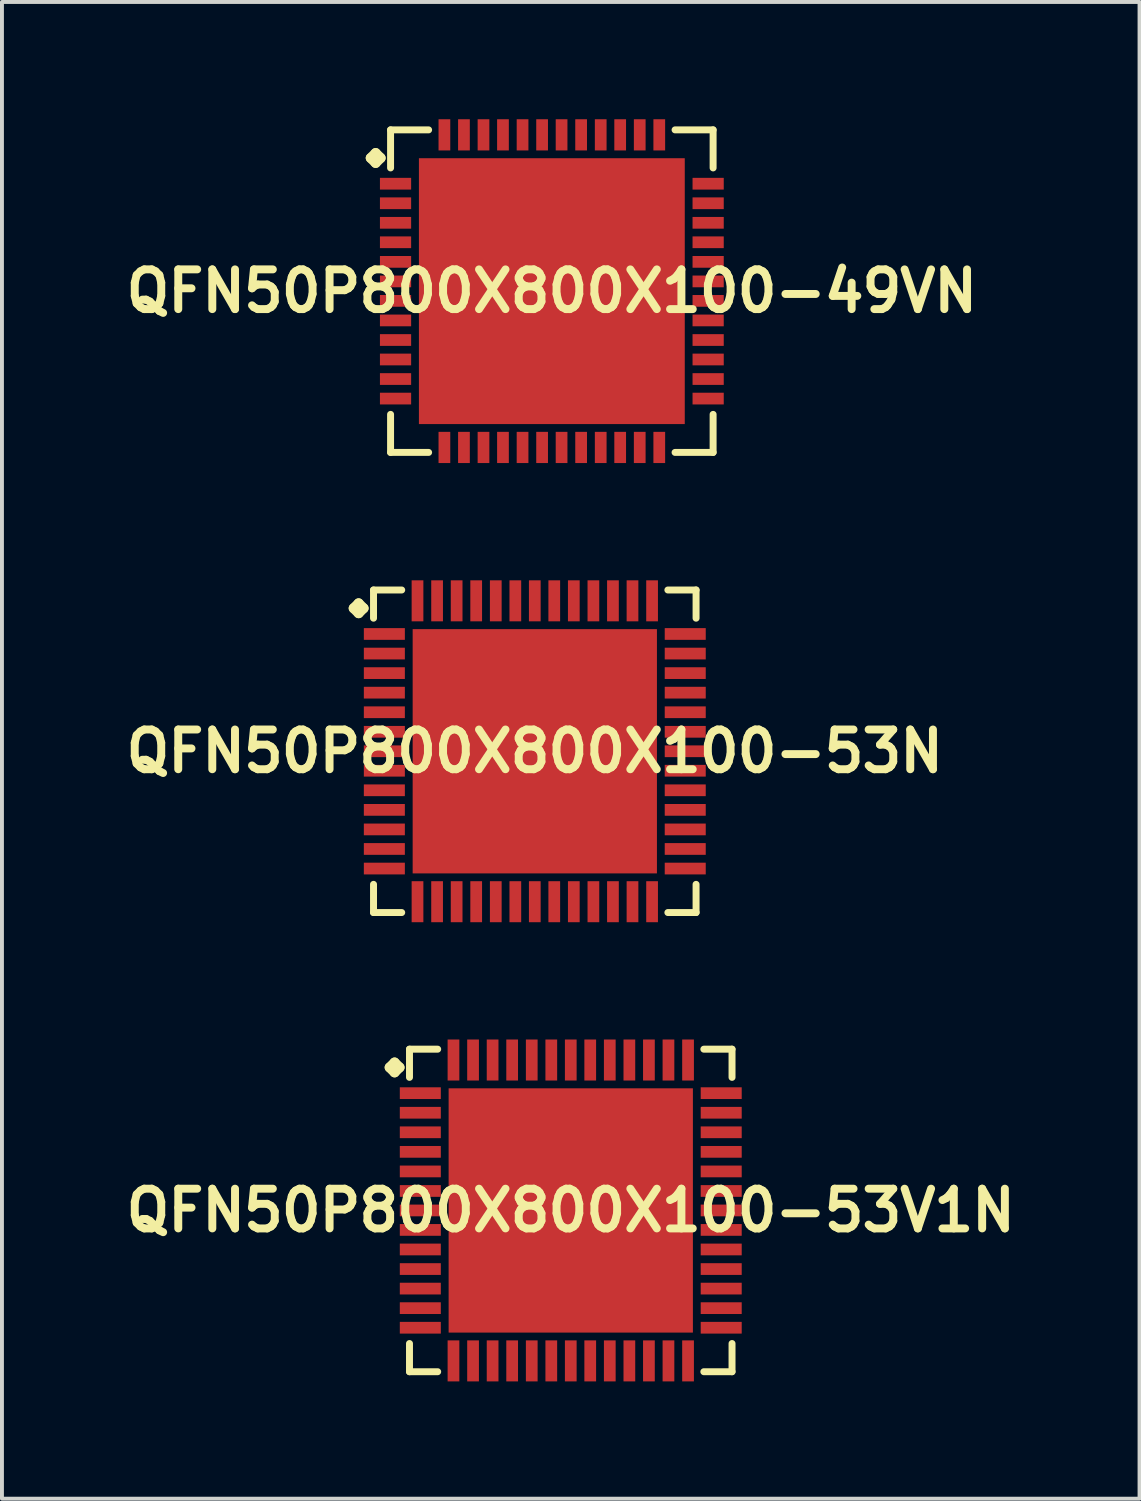
<source format=kicad_pcb>
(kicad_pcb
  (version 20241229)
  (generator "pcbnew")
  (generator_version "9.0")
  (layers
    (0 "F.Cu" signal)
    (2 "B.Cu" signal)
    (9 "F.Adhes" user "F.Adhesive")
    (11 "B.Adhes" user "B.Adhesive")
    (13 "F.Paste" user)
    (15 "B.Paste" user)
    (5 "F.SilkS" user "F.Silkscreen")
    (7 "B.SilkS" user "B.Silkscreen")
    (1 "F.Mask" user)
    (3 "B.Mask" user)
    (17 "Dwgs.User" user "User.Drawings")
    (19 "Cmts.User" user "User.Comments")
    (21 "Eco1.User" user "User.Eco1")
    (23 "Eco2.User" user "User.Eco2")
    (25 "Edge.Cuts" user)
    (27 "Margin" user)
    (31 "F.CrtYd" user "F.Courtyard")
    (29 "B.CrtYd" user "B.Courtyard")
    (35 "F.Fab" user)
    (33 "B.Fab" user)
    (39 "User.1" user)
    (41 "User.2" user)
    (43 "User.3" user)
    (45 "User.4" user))
  (footprint "QFN50P800X800X100-53V1N"
    (layer "F.Cu")
    (at 11.549 27.911)
    (property "Reference" "QFN50P800X800X100-53V1N" (at 0 0 0) (layer "F.SilkS") (effects (font (size 1.016 1.016) (thickness 0.203))))
    (attr smd)
    (fp_line (start -4.633 -3.658) (end -4.506 -3.785) (stroke (width 0.254) (type solid)) (layer "F.SilkS"))
    (fp_line (start -4.506 -3.785) (end -4.379 -3.658) (stroke (width 0.254) (type solid)) (layer "F.SilkS"))
    (fp_line (start -4.506 -3.531) (end -4.633 -3.658) (stroke (width 0.254) (type solid)) (layer "F.SilkS"))
    (fp_line (start -4.379 -3.658) (end -4.506 -3.531) (stroke (width 0.254) (type solid)) (layer "F.SilkS"))
    (fp_line (start -4.125 -4.125) (end -3.404 -4.125) (stroke (width 0.178) (type solid)) (layer "F.SilkS"))
    (fp_line (start -4.125 -3.404) (end -4.125 -4.125) (stroke (width 0.178) (type solid)) (layer "F.SilkS"))
    (fp_line (start -4.125 3.404) (end -4.125 4.125) (stroke (width 0.178) (type solid)) (layer "F.SilkS"))
    (fp_line (start -4.125 4.125) (end -3.404 4.125) (stroke (width 0.178) (type solid)) (layer "F.SilkS"))
    (fp_line (start 3.404 -4.125) (end 4.125 -4.125) (stroke (width 0.178) (type solid)) (layer "F.SilkS"))
    (fp_line (start 3.404 4.125) (end 4.125 4.125) (stroke (width 0.178) (type solid)) (layer "F.SilkS"))
    (fp_line (start 4.125 -4.125) (end 4.125 -3.404) (stroke (width 0.178) (type solid)) (layer "F.SilkS"))
    (fp_line (start 4.125 4.125) (end 4.125 3.404) (stroke (width 0.178) (type solid)) (layer "F.SilkS"))
    (pad "1" smd rect (at -3.848 -3) (size 1.049 0.3) (layers "F.Cu" "F.Mask" "F.Paste"))
    (pad "2" smd rect (at -3.848 -2.499) (size 1.049 0.3) (layers "F.Cu" "F.Mask" "F.Paste"))
    (pad "3" smd rect (at -3.848 -1.999) (size 1.049 0.3) (layers "F.Cu" "F.Mask" "F.Paste"))
    (pad "4" smd rect (at -3.848 -1.499) (size 1.049 0.3) (layers "F.Cu" "F.Mask" "F.Paste"))
    (pad "5" smd rect (at -3.848 -0.998) (size 1.049 0.3) (layers "F.Cu" "F.Mask" "F.Paste"))
    (pad "6" smd rect (at -3.848 -0.498) (size 1.049 0.3) (layers "F.Cu" "F.Mask" "F.Paste"))
    (pad "7" smd rect (at -3.848 0) (size 1.049 0.3) (layers "F.Cu" "F.Mask" "F.Paste"))
    (pad "8" smd rect (at -3.848 0.498) (size 1.049 0.3) (layers "F.Cu" "F.Mask" "F.Paste"))
    (pad "9" smd rect (at -3.848 0.998) (size 1.049 0.3) (layers "F.Cu" "F.Mask" "F.Paste"))
    (pad "10" smd rect (at -3.848 1.499) (size 1.049 0.3) (layers "F.Cu" "F.Mask" "F.Paste"))
    (pad "11" smd rect (at -3.848 1.999) (size 1.049 0.3) (layers "F.Cu" "F.Mask" "F.Paste"))
    (pad "12" smd rect (at -3.848 2.499) (size 1.049 0.3) (layers "F.Cu" "F.Mask" "F.Paste"))
    (pad "13" smd rect (at -3.848 3) (size 1.049 0.3) (layers "F.Cu" "F.Mask" "F.Paste"))
    (pad "14" smd rect (at -3 3.848) (size 0.3 1.049) (layers "F.Cu" "F.Mask" "F.Paste"))
    (pad "15" smd rect (at -2.499 3.848) (size 0.3 1.049) (layers "F.Cu" "F.Mask" "F.Paste"))
    (pad "16" smd rect (at -1.999 3.848) (size 0.3 1.049) (layers "F.Cu" "F.Mask" "F.Paste"))
    (pad "17" smd rect (at -1.499 3.848) (size 0.3 1.049) (layers "F.Cu" "F.Mask" "F.Paste"))
    (pad "18" smd rect (at -0.998 3.848) (size 0.3 1.049) (layers "F.Cu" "F.Mask" "F.Paste"))
    (pad "19" smd rect (at -0.498 3.848) (size 0.3 1.049) (layers "F.Cu" "F.Mask" "F.Paste"))
    (pad "20" smd rect (at 0 3.848) (size 0.3 1.049) (layers "F.Cu" "F.Mask" "F.Paste"))
    (pad "21" smd rect (at 0.498 3.848) (size 0.3 1.049) (layers "F.Cu" "F.Mask" "F.Paste"))
    (pad "22" smd rect (at 0.998 3.848) (size 0.3 1.049) (layers "F.Cu" "F.Mask" "F.Paste"))
    (pad "23" smd rect (at 1.499 3.848) (size 0.3 1.049) (layers "F.Cu" "F.Mask" "F.Paste"))
    (pad "24" smd rect (at 1.999 3.848) (size 0.3 1.049) (layers "F.Cu" "F.Mask" "F.Paste"))
    (pad "25" smd rect (at 2.499 3.848) (size 0.3 1.049) (layers "F.Cu" "F.Mask" "F.Paste"))
    (pad "26" smd rect (at 3 3.848) (size 0.3 1.049) (layers "F.Cu" "F.Mask" "F.Paste"))
    (pad "27" smd rect (at 3.848 3) (size 1.049 0.3) (layers "F.Cu" "F.Mask" "F.Paste"))
    (pad "28" smd rect (at 3.848 2.499) (size 1.049 0.3) (layers "F.Cu" "F.Mask" "F.Paste"))
    (pad "29" smd rect (at 3.848 1.999) (size 1.049 0.3) (layers "F.Cu" "F.Mask" "F.Paste"))
    (pad "30" smd rect (at 3.848 1.499) (size 1.049 0.3) (layers "F.Cu" "F.Mask" "F.Paste"))
    (pad "31" smd rect (at 3.848 0.998) (size 1.049 0.3) (layers "F.Cu" "F.Mask" "F.Paste"))
    (pad "32" smd rect (at 3.848 0.498) (size 1.049 0.3) (layers "F.Cu" "F.Mask" "F.Paste"))
    (pad "33" smd rect (at 3.848 0) (size 1.049 0.3) (layers "F.Cu" "F.Mask" "F.Paste"))
    (pad "34" smd rect (at 3.848 -0.498) (size 1.049 0.3) (layers "F.Cu" "F.Mask" "F.Paste"))
    (pad "35" smd rect (at 3.848 -0.998) (size 1.049 0.3) (layers "F.Cu" "F.Mask" "F.Paste"))
    (pad "36" smd rect (at 3.848 -1.499) (size 1.049 0.3) (layers "F.Cu" "F.Mask" "F.Paste"))
    (pad "37" smd rect (at 3.848 -1.999) (size 1.049 0.3) (layers "F.Cu" "F.Mask" "F.Paste"))
    (pad "38" smd rect (at 3.848 -2.499) (size 1.049 0.3) (layers "F.Cu" "F.Mask" "F.Paste"))
    (pad "39" smd rect (at 3.848 -3) (size 1.049 0.3) (layers "F.Cu" "F.Mask" "F.Paste"))
    (pad "40" smd rect (at 3 -3.848) (size 0.3 1.049) (layers "F.Cu" "F.Mask" "F.Paste"))
    (pad "41" smd rect (at 2.499 -3.848) (size 0.3 1.049) (layers "F.Cu" "F.Mask" "F.Paste"))
    (pad "42" smd rect (at 1.999 -3.848) (size 0.3 1.049) (layers "F.Cu" "F.Mask" "F.Paste"))
    (pad "43" smd rect (at 1.499 -3.848) (size 0.3 1.049) (layers "F.Cu" "F.Mask" "F.Paste"))
    (pad "44" smd rect (at 0.998 -3.848) (size 0.3 1.049) (layers "F.Cu" "F.Mask" "F.Paste"))
    (pad "45" smd rect (at 0.498 -3.848) (size 0.3 1.049) (layers "F.Cu" "F.Mask" "F.Paste"))
    (pad "46" smd rect (at 0 -3.848) (size 0.3 1.049) (layers "F.Cu" "F.Mask" "F.Paste"))
    (pad "47" smd rect (at -0.498 -3.848) (size 0.3 1.049) (layers "F.Cu" "F.Mask" "F.Paste"))
    (pad "48" smd rect (at -0.998 -3.848) (size 0.3 1.049) (layers "F.Cu" "F.Mask" "F.Paste"))
    (pad "49" smd rect (at -1.499 -3.848) (size 0.3 1.049) (layers "F.Cu" "F.Mask" "F.Paste"))
    (pad "50" smd rect (at -1.999 -3.848) (size 0.3 1.049) (layers "F.Cu" "F.Mask" "F.Paste"))
    (pad "51" smd rect (at -2.499 -3.848) (size 0.3 1.049) (layers "F.Cu" "F.Mask" "F.Paste"))
    (pad "52" smd rect (at -3 -3.848) (size 0.3 1.049) (layers "F.Cu" "F.Mask" "F.Paste"))
    (pad "53" smd rect (at 0 0) (size 6.248 6.248) (layers "F.Cu" "F.Mask" "F.Paste")))
  (footprint "QFN50P800X800X100-53N"
    (layer "F.Cu")
    (at 10.629 16.166)
    (property "Reference" "QFN50P800X800X100-53N" (at 0 0 0) (layer "F.SilkS") (effects (font (size 1.016 1.016) (thickness 0.203))))
    (attr smd)
    (fp_line (start -4.633 -3.658) (end -4.506 -3.785) (stroke (width 0.254) (type solid)) (layer "F.SilkS"))
    (fp_line (start -4.506 -3.785) (end -4.379 -3.658) (stroke (width 0.254) (type solid)) (layer "F.SilkS"))
    (fp_line (start -4.506 -3.531) (end -4.633 -3.658) (stroke (width 0.254) (type solid)) (layer "F.SilkS"))
    (fp_line (start -4.379 -3.658) (end -4.506 -3.531) (stroke (width 0.254) (type solid)) (layer "F.SilkS"))
    (fp_line (start -4.125 -4.125) (end -3.404 -4.125) (stroke (width 0.178) (type solid)) (layer "F.SilkS"))
    (fp_line (start -4.125 -3.404) (end -4.125 -4.125) (stroke (width 0.178) (type solid)) (layer "F.SilkS"))
    (fp_line (start -4.125 3.404) (end -4.125 4.125) (stroke (width 0.178) (type solid)) (layer "F.SilkS"))
    (fp_line (start -4.125 4.125) (end -3.404 4.125) (stroke (width 0.178) (type solid)) (layer "F.SilkS"))
    (fp_line (start 3.404 -4.125) (end 4.125 -4.125) (stroke (width 0.178) (type solid)) (layer "F.SilkS"))
    (fp_line (start 3.404 4.125) (end 4.125 4.125) (stroke (width 0.178) (type solid)) (layer "F.SilkS"))
    (fp_line (start 4.125 -4.125) (end 4.125 -3.404) (stroke (width 0.178) (type solid)) (layer "F.SilkS"))
    (fp_line (start 4.125 4.125) (end 4.125 3.404) (stroke (width 0.178) (type solid)) (layer "F.SilkS"))
    (pad "1" smd rect (at -3.848 -3) (size 1.049 0.3) (layers "F.Cu" "F.Mask" "F.Paste"))
    (pad "2" smd rect (at -3.848 -2.499) (size 1.049 0.3) (layers "F.Cu" "F.Mask" "F.Paste"))
    (pad "3" smd rect (at -3.848 -1.999) (size 1.049 0.3) (layers "F.Cu" "F.Mask" "F.Paste"))
    (pad "4" smd rect (at -3.848 -1.499) (size 1.049 0.3) (layers "F.Cu" "F.Mask" "F.Paste"))
    (pad "5" smd rect (at -3.848 -0.998) (size 1.049 0.3) (layers "F.Cu" "F.Mask" "F.Paste"))
    (pad "6" smd rect (at -3.848 -0.498) (size 1.049 0.3) (layers "F.Cu" "F.Mask" "F.Paste"))
    (pad "7" smd rect (at -3.848 0) (size 1.049 0.3) (layers "F.Cu" "F.Mask" "F.Paste"))
    (pad "8" smd rect (at -3.848 0.498) (size 1.049 0.3) (layers "F.Cu" "F.Mask" "F.Paste"))
    (pad "9" smd rect (at -3.848 0.998) (size 1.049 0.3) (layers "F.Cu" "F.Mask" "F.Paste"))
    (pad "10" smd rect (at -3.848 1.499) (size 1.049 0.3) (layers "F.Cu" "F.Mask" "F.Paste"))
    (pad "11" smd rect (at -3.848 1.999) (size 1.049 0.3) (layers "F.Cu" "F.Mask" "F.Paste"))
    (pad "12" smd rect (at -3.848 2.499) (size 1.049 0.3) (layers "F.Cu" "F.Mask" "F.Paste"))
    (pad "13" smd rect (at -3.848 3) (size 1.049 0.3) (layers "F.Cu" "F.Mask" "F.Paste"))
    (pad "14" smd rect (at -3 3.848) (size 0.3 1.049) (layers "F.Cu" "F.Mask" "F.Paste"))
    (pad "15" smd rect (at -2.499 3.848) (size 0.3 1.049) (layers "F.Cu" "F.Mask" "F.Paste"))
    (pad "16" smd rect (at -1.999 3.848) (size 0.3 1.049) (layers "F.Cu" "F.Mask" "F.Paste"))
    (pad "17" smd rect (at -1.499 3.848) (size 0.3 1.049) (layers "F.Cu" "F.Mask" "F.Paste"))
    (pad "18" smd rect (at -0.998 3.848) (size 0.3 1.049) (layers "F.Cu" "F.Mask" "F.Paste"))
    (pad "19" smd rect (at -0.498 3.848) (size 0.3 1.049) (layers "F.Cu" "F.Mask" "F.Paste"))
    (pad "20" smd rect (at 0 3.848) (size 0.3 1.049) (layers "F.Cu" "F.Mask" "F.Paste"))
    (pad "21" smd rect (at 0.498 3.848) (size 0.3 1.049) (layers "F.Cu" "F.Mask" "F.Paste"))
    (pad "22" smd rect (at 0.998 3.848) (size 0.3 1.049) (layers "F.Cu" "F.Mask" "F.Paste"))
    (pad "23" smd rect (at 1.499 3.848) (size 0.3 1.049) (layers "F.Cu" "F.Mask" "F.Paste"))
    (pad "24" smd rect (at 1.999 3.848) (size 0.3 1.049) (layers "F.Cu" "F.Mask" "F.Paste"))
    (pad "25" smd rect (at 2.499 3.848) (size 0.3 1.049) (layers "F.Cu" "F.Mask" "F.Paste"))
    (pad "26" smd rect (at 3 3.848) (size 0.3 1.049) (layers "F.Cu" "F.Mask" "F.Paste"))
    (pad "27" smd rect (at 3.848 3) (size 1.049 0.3) (layers "F.Cu" "F.Mask" "F.Paste"))
    (pad "28" smd rect (at 3.848 2.499) (size 1.049 0.3) (layers "F.Cu" "F.Mask" "F.Paste"))
    (pad "29" smd rect (at 3.848 1.999) (size 1.049 0.3) (layers "F.Cu" "F.Mask" "F.Paste"))
    (pad "30" smd rect (at 3.848 1.499) (size 1.049 0.3) (layers "F.Cu" "F.Mask" "F.Paste"))
    (pad "31" smd rect (at 3.848 0.998) (size 1.049 0.3) (layers "F.Cu" "F.Mask" "F.Paste"))
    (pad "32" smd rect (at 3.848 0.498) (size 1.049 0.3) (layers "F.Cu" "F.Mask" "F.Paste"))
    (pad "33" smd rect (at 3.848 0) (size 1.049 0.3) (layers "F.Cu" "F.Mask" "F.Paste"))
    (pad "34" smd rect (at 3.848 -0.498) (size 1.049 0.3) (layers "F.Cu" "F.Mask" "F.Paste"))
    (pad "35" smd rect (at 3.848 -0.998) (size 1.049 0.3) (layers "F.Cu" "F.Mask" "F.Paste"))
    (pad "36" smd rect (at 3.848 -1.499) (size 1.049 0.3) (layers "F.Cu" "F.Mask" "F.Paste"))
    (pad "37" smd rect (at 3.848 -1.999) (size 1.049 0.3) (layers "F.Cu" "F.Mask" "F.Paste"))
    (pad "38" smd rect (at 3.848 -2.499) (size 1.049 0.3) (layers "F.Cu" "F.Mask" "F.Paste"))
    (pad "39" smd rect (at 3.848 -3) (size 1.049 0.3) (layers "F.Cu" "F.Mask" "F.Paste"))
    (pad "40" smd rect (at 3 -3.848) (size 0.3 1.049) (layers "F.Cu" "F.Mask" "F.Paste"))
    (pad "41" smd rect (at 2.499 -3.848) (size 0.3 1.049) (layers "F.Cu" "F.Mask" "F.Paste"))
    (pad "42" smd rect (at 1.999 -3.848) (size 0.3 1.049) (layers "F.Cu" "F.Mask" "F.Paste"))
    (pad "43" smd rect (at 1.499 -3.848) (size 0.3 1.049) (layers "F.Cu" "F.Mask" "F.Paste"))
    (pad "44" smd rect (at 0.998 -3.848) (size 0.3 1.049) (layers "F.Cu" "F.Mask" "F.Paste"))
    (pad "45" smd rect (at 0.498 -3.848) (size 0.3 1.049) (layers "F.Cu" "F.Mask" "F.Paste"))
    (pad "46" smd rect (at 0 -3.848) (size 0.3 1.049) (layers "F.Cu" "F.Mask" "F.Paste"))
    (pad "47" smd rect (at -0.498 -3.848) (size 0.3 1.049) (layers "F.Cu" "F.Mask" "F.Paste"))
    (pad "48" smd rect (at -0.998 -3.848) (size 0.3 1.049) (layers "F.Cu" "F.Mask" "F.Paste"))
    (pad "49" smd rect (at -1.499 -3.848) (size 0.3 1.049) (layers "F.Cu" "F.Mask" "F.Paste"))
    (pad "50" smd rect (at -1.999 -3.848) (size 0.3 1.049) (layers "F.Cu" "F.Mask" "F.Paste"))
    (pad "51" smd rect (at -2.499 -3.848) (size 0.3 1.049) (layers "F.Cu" "F.Mask" "F.Paste"))
    (pad "52" smd rect (at -3 -3.848) (size 0.3 1.049) (layers "F.Cu" "F.Mask" "F.Paste"))
    (pad "53" smd rect (at 0 0) (size 6.248 6.248) (layers "F.Cu" "F.Mask" "F.Paste")))
  (footprint "QFN50P800X800X100-49VN"
    (layer "F.Cu")
    (at 11.065 4.397)
    (property "Reference" "QFN50P800X800X100-49VN" (at 0 0 0) (layer "F.SilkS") (effects (font (size 1.016 1.016) (thickness 0.203))))
    (attr smd)
    (fp_line (start -4.633 -3.406) (end -4.506 -3.533) (stroke (width 0.254) (type solid)) (layer "F.SilkS"))
    (fp_line (start -4.506 -3.533) (end -4.379 -3.406) (stroke (width 0.254) (type solid)) (layer "F.SilkS"))
    (fp_line (start -4.506 -3.279) (end -4.633 -3.406) (stroke (width 0.254) (type solid)) (layer "F.SilkS"))
    (fp_line (start -4.379 -3.406) (end -4.506 -3.279) (stroke (width 0.254) (type solid)) (layer "F.SilkS"))
    (fp_line (start -4.125 -4.125) (end -3.152 -4.125) (stroke (width 0.178) (type solid)) (layer "F.SilkS"))
    (fp_line (start -4.125 -3.152) (end -4.125 -4.125) (stroke (width 0.178) (type solid)) (layer "F.SilkS"))
    (fp_line (start -4.125 3.152) (end -4.125 4.125) (stroke (width 0.178) (type solid)) (layer "F.SilkS"))
    (fp_line (start -4.125 4.125) (end -3.152 4.125) (stroke (width 0.178) (type solid)) (layer "F.SilkS"))
    (fp_line (start 3.152 -4.125) (end 4.125 -4.125) (stroke (width 0.178) (type solid)) (layer "F.SilkS"))
    (fp_line (start 3.152 4.125) (end 4.125 4.125) (stroke (width 0.178) (type solid)) (layer "F.SilkS"))
    (fp_line (start 4.125 -4.125) (end 4.125 -3.152) (stroke (width 0.178) (type solid)) (layer "F.SilkS"))
    (fp_line (start 4.125 4.125) (end 4.125 3.152) (stroke (width 0.178) (type solid)) (layer "F.SilkS"))
    (pad "1" smd rect (at -3.998 -2.748) (size 0.798 0.3) (layers "F.Cu" "F.Mask" "F.Paste"))
    (pad "2" smd rect (at -3.998 -2.248) (size 0.798 0.3) (layers "F.Cu" "F.Mask" "F.Paste"))
    (pad "3" smd rect (at -3.998 -1.748) (size 0.798 0.3) (layers "F.Cu" "F.Mask" "F.Paste"))
    (pad "4" smd rect (at -3.998 -1.25) (size 0.798 0.3) (layers "F.Cu" "F.Mask" "F.Paste"))
    (pad "5" smd rect (at -3.998 -0.749) (size 0.798 0.3) (layers "F.Cu" "F.Mask" "F.Paste"))
    (pad "6" smd rect (at -3.998 -0.249) (size 0.798 0.3) (layers "F.Cu" "F.Mask" "F.Paste"))
    (pad "7" smd rect (at -3.998 0.249) (size 0.798 0.3) (layers "F.Cu" "F.Mask" "F.Paste"))
    (pad "8" smd rect (at -3.998 0.749) (size 0.798 0.3) (layers "F.Cu" "F.Mask" "F.Paste"))
    (pad "9" smd rect (at -3.998 1.25) (size 0.798 0.3) (layers "F.Cu" "F.Mask" "F.Paste"))
    (pad "10" smd rect (at -3.998 1.748) (size 0.798 0.3) (layers "F.Cu" "F.Mask" "F.Paste"))
    (pad "11" smd rect (at -3.998 2.248) (size 0.798 0.3) (layers "F.Cu" "F.Mask" "F.Paste"))
    (pad "12" smd rect (at -3.998 2.748) (size 0.798 0.3) (layers "F.Cu" "F.Mask" "F.Paste"))
    (pad "13" smd rect (at -2.748 3.998) (size 0.3 0.798) (layers "F.Cu" "F.Mask" "F.Paste"))
    (pad "14" smd rect (at -2.248 3.998) (size 0.3 0.798) (layers "F.Cu" "F.Mask" "F.Paste"))
    (pad "15" smd rect (at -1.748 3.998) (size 0.3 0.798) (layers "F.Cu" "F.Mask" "F.Paste"))
    (pad "16" smd rect (at -1.25 3.998) (size 0.3 0.798) (layers "F.Cu" "F.Mask" "F.Paste"))
    (pad "17" smd rect (at -0.749 3.998) (size 0.3 0.798) (layers "F.Cu" "F.Mask" "F.Paste"))
    (pad "18" smd rect (at -0.249 3.998) (size 0.3 0.798) (layers "F.Cu" "F.Mask" "F.Paste"))
    (pad "19" smd rect (at 0.249 3.998) (size 0.3 0.798) (layers "F.Cu" "F.Mask" "F.Paste"))
    (pad "20" smd rect (at 0.749 3.998) (size 0.3 0.798) (layers "F.Cu" "F.Mask" "F.Paste"))
    (pad "21" smd rect (at 1.25 3.998) (size 0.3 0.798) (layers "F.Cu" "F.Mask" "F.Paste"))
    (pad "22" smd rect (at 1.748 3.998) (size 0.3 0.798) (layers "F.Cu" "F.Mask" "F.Paste"))
    (pad "23" smd rect (at 2.248 3.998) (size 0.3 0.798) (layers "F.Cu" "F.Mask" "F.Paste"))
    (pad "24" smd rect (at 2.748 3.998) (size 0.3 0.798) (layers "F.Cu" "F.Mask" "F.Paste"))
    (pad "25" smd rect (at 3.998 2.748) (size 0.798 0.3) (layers "F.Cu" "F.Mask" "F.Paste"))
    (pad "26" smd rect (at 3.998 2.248) (size 0.798 0.3) (layers "F.Cu" "F.Mask" "F.Paste"))
    (pad "27" smd rect (at 3.998 1.748) (size 0.798 0.3) (layers "F.Cu" "F.Mask" "F.Paste"))
    (pad "28" smd rect (at 3.998 1.25) (size 0.798 0.3) (layers "F.Cu" "F.Mask" "F.Paste"))
    (pad "29" smd rect (at 3.998 0.749) (size 0.798 0.3) (layers "F.Cu" "F.Mask" "F.Paste"))
    (pad "30" smd rect (at 3.998 0.249) (size 0.798 0.3) (layers "F.Cu" "F.Mask" "F.Paste"))
    (pad "31" smd rect (at 3.998 -0.249) (size 0.798 0.3) (layers "F.Cu" "F.Mask" "F.Paste"))
    (pad "32" smd rect (at 3.998 -0.749) (size 0.798 0.3) (layers "F.Cu" "F.Mask" "F.Paste"))
    (pad "33" smd rect (at 3.998 -1.25) (size 0.798 0.3) (layers "F.Cu" "F.Mask" "F.Paste"))
    (pad "34" smd rect (at 3.998 -1.748) (size 0.798 0.3) (layers "F.Cu" "F.Mask" "F.Paste"))
    (pad "35" smd rect (at 3.998 -2.248) (size 0.798 0.3) (layers "F.Cu" "F.Mask" "F.Paste"))
    (pad "36" smd rect (at 3.998 -2.748) (size 0.798 0.3) (layers "F.Cu" "F.Mask" "F.Paste"))
    (pad "37" smd rect (at 2.748 -3.998) (size 0.3 0.798) (layers "F.Cu" "F.Mask" "F.Paste"))
    (pad "38" smd rect (at 2.248 -3.998) (size 0.3 0.798) (layers "F.Cu" "F.Mask" "F.Paste"))
    (pad "39" smd rect (at 1.748 -3.998) (size 0.3 0.798) (layers "F.Cu" "F.Mask" "F.Paste"))
    (pad "40" smd rect (at 1.25 -3.998) (size 0.3 0.798) (layers "F.Cu" "F.Mask" "F.Paste"))
    (pad "41" smd rect (at 0.749 -3.998) (size 0.3 0.798) (layers "F.Cu" "F.Mask" "F.Paste"))
    (pad "42" smd rect (at 0.249 -3.998) (size 0.3 0.798) (layers "F.Cu" "F.Mask" "F.Paste"))
    (pad "43" smd rect (at -0.249 -3.998) (size 0.3 0.798) (layers "F.Cu" "F.Mask" "F.Paste"))
    (pad "44" smd rect (at -0.749 -3.998) (size 0.3 0.798) (layers "F.Cu" "F.Mask" "F.Paste"))
    (pad "45" smd rect (at -1.25 -3.998) (size 0.3 0.798) (layers "F.Cu" "F.Mask" "F.Paste"))
    (pad "46" smd rect (at -1.748 -3.998) (size 0.3 0.798) (layers "F.Cu" "F.Mask" "F.Paste"))
    (pad "47" smd rect (at -2.248 -3.998) (size 0.3 0.798) (layers "F.Cu" "F.Mask" "F.Paste"))
    (pad "48" smd rect (at -2.748 -3.998) (size 0.3 0.798) (layers "F.Cu" "F.Mask" "F.Paste"))
    (pad "49" smd rect (at 0 0) (size 6.8 6.8) (layers "F.Cu" "F.Mask" "F.Paste")))
  (gr_rect
    (start -3 -3)
    (end 26.097 35.284)
    (stroke (width 0.1) (type default))
    (fill no)
    (layer "Edge.Cuts")))
</source>
